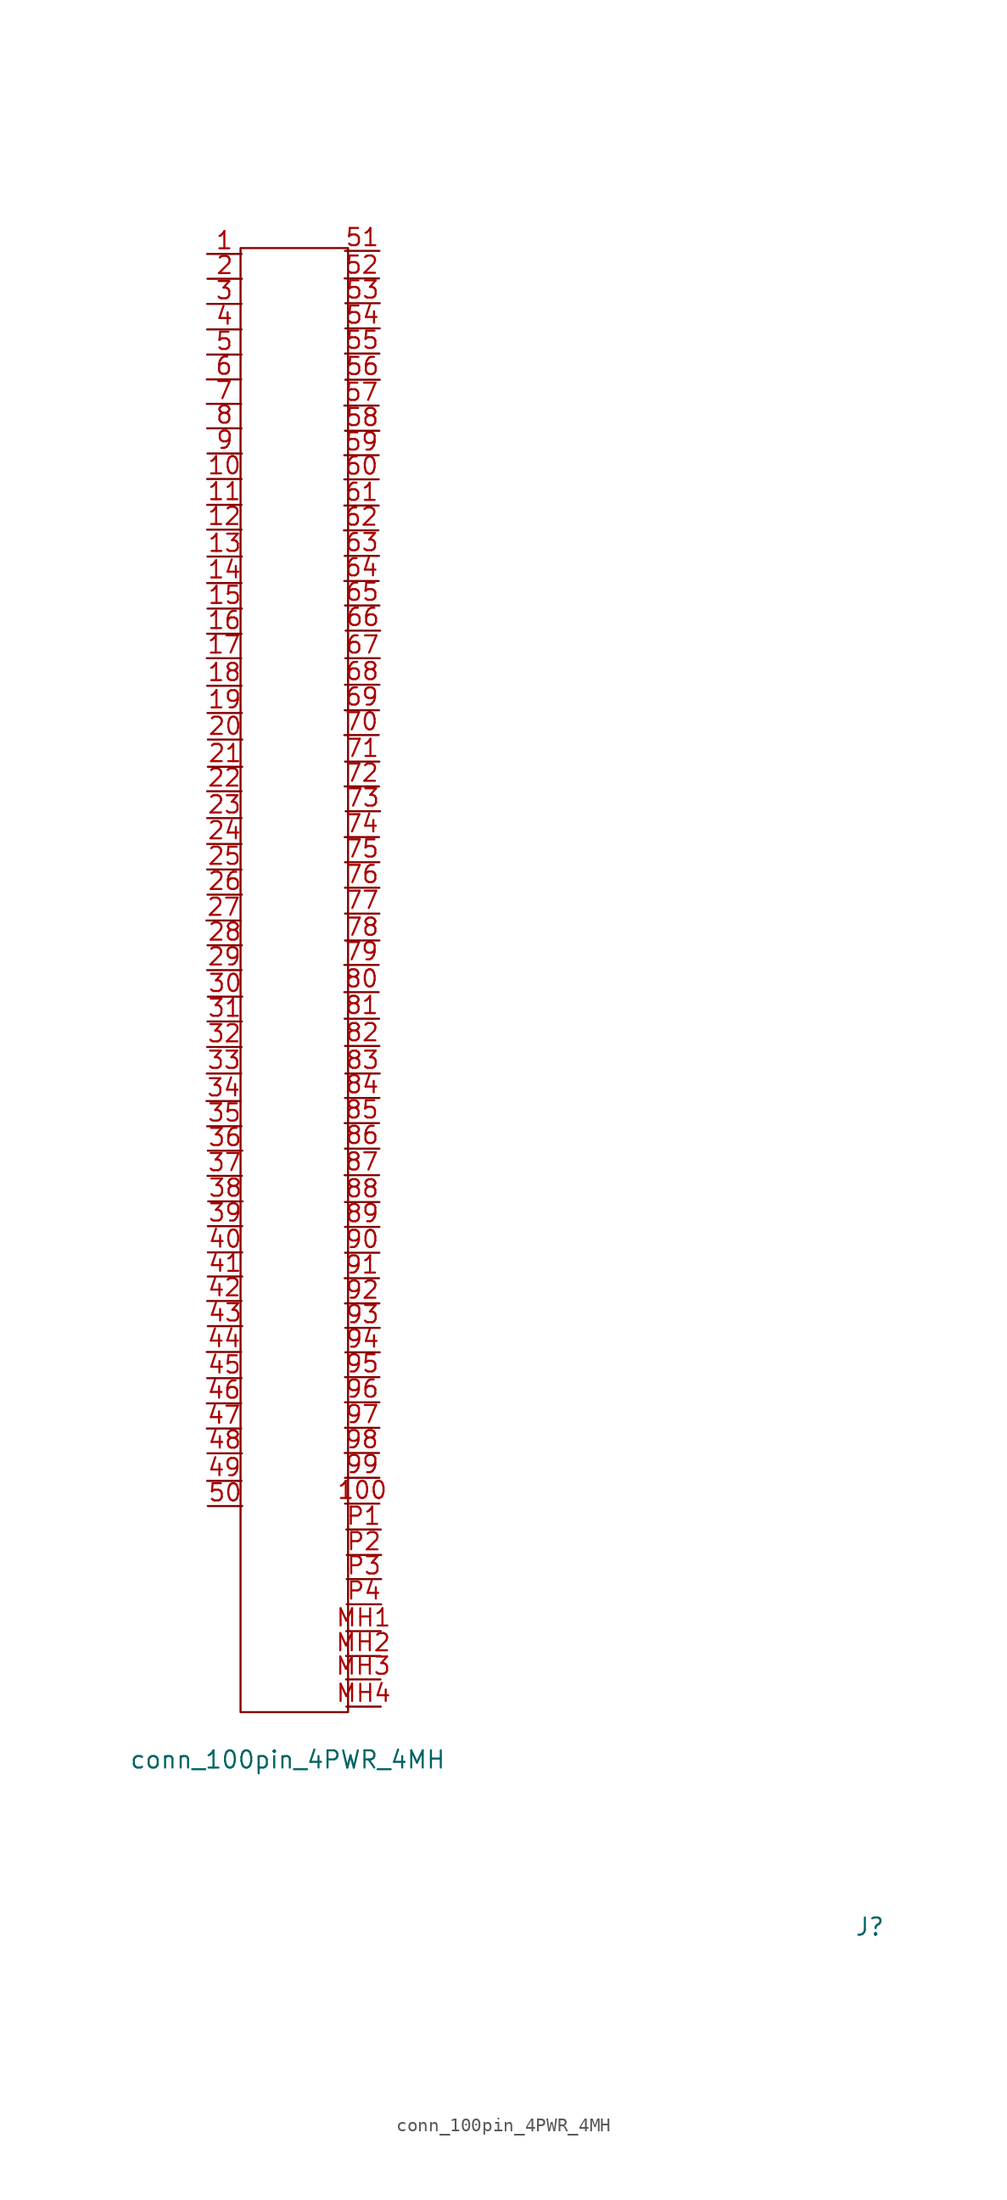
<source format=kicad_sym>
(kicad_symbol_lib
  (version 20211014)
  (generator kicad_symbol_editor)
  (symbol "conn_100pin_4PWR_4MH"
    (property "Reference" "J"
      (at 0 0 0)
      (effects (font (size 1.27 1.27))))
    (property "Value" "conn_100pin_4PWR_4MH"
      (at -42.901 12.319 0)
      (effects (font (size 1.27 1.27))))
    (symbol "conn_100pin_4PWR_4MH_0_1"
      (rectangle (start -46.38 123.723) (end -38.456 15.824) (stroke (width 0) (type default) (color 0 0 0 0)) (fill (type none))))
    (symbol "conn_100pin_4PWR_4MH_1_1"
      (pin passive line (at -48.844 123.292 0) (length 2.54) (name "" (effects (font (size 1.27 1.27)))) (number "1" (effects (font (size 1.27 1.27)))))
      (pin passive line (at -48.844 106.705 0) (length 2.54) (name "" (effects (font (size 1.27 1.27)))) (number "10" (effects (font (size 1.27 1.27)))))
      (pin passive line (at -36.144 31.191 180) (length 2.54) (name "" (effects (font (size 1.27 1.27)))) (number "100" (effects (font (size 1.27 1.27)))))
      (pin passive line (at -48.844 104.8 0) (length 2.54) (name "" (effects (font (size 1.27 1.27)))) (number "11" (effects (font (size 1.27 1.27)))))
      (pin passive line (at -48.844 102.972 0) (length 2.54) (name "" (effects (font (size 1.27 1.27)))) (number "12" (effects (font (size 1.27 1.27)))))
      (pin passive line (at -48.819 100.99 0) (length 2.54) (name "" (effects (font (size 1.27 1.27)))) (number "13" (effects (font (size 1.27 1.27)))))
      (pin passive line (at -48.844 99.035 0) (length 2.54) (name "" (effects (font (size 1.27 1.27)))) (number "14" (effects (font (size 1.27 1.27)))))
      (pin passive line (at -48.819 97.155 0) (length 2.54) (name "" (effects (font (size 1.27 1.27)))) (number "15" (effects (font (size 1.27 1.27)))))
      (pin passive line (at -48.844 95.301 0) (length 2.54) (name "" (effects (font (size 1.27 1.27)))) (number "16" (effects (font (size 1.27 1.27)))))
      (pin passive line (at -48.87 93.497 0) (length 2.54) (name "" (effects (font (size 1.27 1.27)))) (number "17" (effects (font (size 1.27 1.27)))))
      (pin passive line (at -48.844 91.465 0) (length 2.54) (name "" (effects (font (size 1.27 1.27)))) (number "18" (effects (font (size 1.27 1.27)))))
      (pin passive line (at -48.819 89.459 0) (length 2.54) (name "" (effects (font (size 1.27 1.27)))) (number "19" (effects (font (size 1.27 1.27)))))
      (pin passive line (at -48.819 121.463 0) (length 2.54) (name "" (effects (font (size 1.27 1.27)))) (number "2" (effects (font (size 1.27 1.27)))))
      (pin passive line (at -48.793 87.503 0) (length 2.54) (name "" (effects (font (size 1.27 1.27)))) (number "20" (effects (font (size 1.27 1.27)))))
      (pin passive line (at -48.793 85.496 0) (length 2.54) (name "" (effects (font (size 1.27 1.27)))) (number "21" (effects (font (size 1.27 1.27)))))
      (pin passive line (at -48.844 83.693 0) (length 2.54) (name "" (effects (font (size 1.27 1.27)))) (number "22" (effects (font (size 1.27 1.27)))))
      (pin passive line (at -48.844 81.712 0) (length 2.54) (name "" (effects (font (size 1.27 1.27)))) (number "23" (effects (font (size 1.27 1.27)))))
      (pin passive line (at -48.844 79.807 0) (length 2.54) (name "" (effects (font (size 1.27 1.27)))) (number "24" (effects (font (size 1.27 1.27)))))
      (pin passive line (at -48.844 77.927 0) (length 2.54) (name "" (effects (font (size 1.27 1.27)))) (number "25" (effects (font (size 1.27 1.27)))))
      (pin passive line (at -48.819 76.073 0) (length 2.54) (name "" (effects (font (size 1.27 1.27)))) (number "26" (effects (font (size 1.27 1.27)))))
      (pin passive line (at -48.895 74.168 0) (length 2.54) (name "" (effects (font (size 1.27 1.27)))) (number "27" (effects (font (size 1.27 1.27)))))
      (pin passive line (at -48.819 72.339 0) (length 2.54) (name "" (effects (font (size 1.27 1.27)))) (number "28" (effects (font (size 1.27 1.27)))))
      (pin passive line (at -48.844 70.51 0) (length 2.54) (name "" (effects (font (size 1.27 1.27)))) (number "29" (effects (font (size 1.27 1.27)))))
      (pin passive line (at -48.844 119.609 0) (length 2.54) (name "" (effects (font (size 1.27 1.27)))) (number "3" (effects (font (size 1.27 1.27)))))
      (pin passive line (at -48.793 68.555 0) (length 2.54) (name "" (effects (font (size 1.27 1.27)))) (number "30" (effects (font (size 1.27 1.27)))))
      (pin passive line (at -48.819 66.726 0) (length 2.54) (name "" (effects (font (size 1.27 1.27)))) (number "31" (effects (font (size 1.27 1.27)))))
      (pin passive line (at -48.844 64.846 0) (length 2.54) (name "" (effects (font (size 1.27 1.27)))) (number "32" (effects (font (size 1.27 1.27)))))
      (pin passive line (at -48.87 62.89 0) (length 2.54) (name "" (effects (font (size 1.27 1.27)))) (number "33" (effects (font (size 1.27 1.27)))))
      (pin passive line (at -48.895 60.858 0) (length 2.54) (name "" (effects (font (size 1.27 1.27)))) (number "34" (effects (font (size 1.27 1.27)))))
      (pin passive line (at -48.844 59.004 0) (length 2.54) (name "" (effects (font (size 1.27 1.27)))) (number "35" (effects (font (size 1.27 1.27)))))
      (pin passive line (at -48.793 57.201 0) (length 2.54) (name "" (effects (font (size 1.27 1.27)))) (number "36" (effects (font (size 1.27 1.27)))))
      (pin passive line (at -48.819 55.347 0) (length 2.54) (name "" (effects (font (size 1.27 1.27)))) (number "37" (effects (font (size 1.27 1.27)))))
      (pin passive line (at -48.768 53.467 0) (length 2.54) (name "" (effects (font (size 1.27 1.27)))) (number "38" (effects (font (size 1.27 1.27)))))
      (pin passive line (at -48.793 51.638 0) (length 2.54) (name "" (effects (font (size 1.27 1.27)))) (number "39" (effects (font (size 1.27 1.27)))))
      (pin passive line (at -48.844 117.729 0) (length 2.54) (name "" (effects (font (size 1.27 1.27)))) (number "4" (effects (font (size 1.27 1.27)))))
      (pin passive line (at -48.793 49.708 0) (length 2.54) (name "" (effects (font (size 1.27 1.27)))) (number "40" (effects (font (size 1.27 1.27)))))
      (pin passive line (at -48.793 47.93 0) (length 2.54) (name "" (effects (font (size 1.27 1.27)))) (number "41" (effects (font (size 1.27 1.27)))))
      (pin passive line (at -48.844 46.126 0) (length 2.54) (name "" (effects (font (size 1.27 1.27)))) (number "42" (effects (font (size 1.27 1.27)))))
      (pin passive line (at -48.793 44.272 0) (length 2.54) (name "" (effects (font (size 1.27 1.27)))) (number "43" (effects (font (size 1.27 1.27)))))
      (pin passive line (at -48.87 42.367 0) (length 2.54) (name "" (effects (font (size 1.27 1.27)))) (number "44" (effects (font (size 1.27 1.27)))))
      (pin passive line (at -48.844 40.437 0) (length 2.54) (name "" (effects (font (size 1.27 1.27)))) (number "45" (effects (font (size 1.27 1.27)))))
      (pin passive line (at -48.87 38.583 0) (length 2.54) (name "" (effects (font (size 1.27 1.27)))) (number "46" (effects (font (size 1.27 1.27)))))
      (pin passive line (at -48.87 36.728 0) (length 2.54) (name "" (effects (font (size 1.27 1.27)))) (number "47" (effects (font (size 1.27 1.27)))))
      (pin passive line (at -48.819 34.9 0) (length 2.54) (name "" (effects (font (size 1.27 1.27)))) (number "48" (effects (font (size 1.27 1.27)))))
      (pin passive line (at -48.844 32.868 0) (length 2.54) (name "" (effects (font (size 1.27 1.27)))) (number "49" (effects (font (size 1.27 1.27)))))
      (pin passive line (at -48.844 115.875 0) (length 2.54) (name "" (effects (font (size 1.27 1.27)))) (number "5" (effects (font (size 1.27 1.27)))))
      (pin passive line (at -48.793 31.013 0) (length 2.54) (name "" (effects (font (size 1.27 1.27)))) (number "50" (effects (font (size 1.27 1.27)))))
      (pin passive line (at -36.144 123.52 180) (length 2.54) (name "" (effects (font (size 1.27 1.27)))) (number "51" (effects (font (size 1.27 1.27)))))
      (pin passive line (at -36.17 121.488 180) (length 2.54) (name "" (effects (font (size 1.27 1.27)))) (number "52" (effects (font (size 1.27 1.27)))))
      (pin passive line (at -36.119 119.659 180) (length 2.54) (name "" (effects (font (size 1.27 1.27)))) (number "53" (effects (font (size 1.27 1.27)))))
      (pin passive line (at -36.119 117.805 180) (length 2.54) (name "" (effects (font (size 1.27 1.27)))) (number "54" (effects (font (size 1.27 1.27)))))
      (pin passive line (at -36.144 115.951 180) (length 2.54) (name "" (effects (font (size 1.27 1.27)))) (number "55" (effects (font (size 1.27 1.27)))))
      (pin passive line (at -36.119 114.021 180) (length 2.54) (name "" (effects (font (size 1.27 1.27)))) (number "56" (effects (font (size 1.27 1.27)))))
      (pin passive line (at -36.195 112.116 180) (length 2.54) (name "" (effects (font (size 1.27 1.27)))) (number "57" (effects (font (size 1.27 1.27)))))
      (pin passive line (at -36.144 110.261 180) (length 2.54) (name "" (effects (font (size 1.27 1.27)))) (number "58" (effects (font (size 1.27 1.27)))))
      (pin passive line (at -36.195 108.458 180) (length 2.54) (name "" (effects (font (size 1.27 1.27)))) (number "59" (effects (font (size 1.27 1.27)))))
      (pin passive line (at -48.87 114.046 0) (length 2.54) (name "" (effects (font (size 1.27 1.27)))) (number "6" (effects (font (size 1.27 1.27)))))
      (pin passive line (at -36.195 106.68 180) (length 2.54) (name "" (effects (font (size 1.27 1.27)))) (number "60" (effects (font (size 1.27 1.27)))))
      (pin passive line (at -36.195 104.75 180) (length 2.54) (name "" (effects (font (size 1.27 1.27)))) (number "61" (effects (font (size 1.27 1.27)))))
      (pin passive line (at -36.22 102.921 180) (length 2.54) (name "" (effects (font (size 1.27 1.27)))) (number "62" (effects (font (size 1.27 1.27)))))
      (pin passive line (at -36.17 101.041 180) (length 2.54) (name "" (effects (font (size 1.27 1.27)))) (number "63" (effects (font (size 1.27 1.27)))))
      (pin passive line (at -36.195 99.187 180) (length 2.54) (name "" (effects (font (size 1.27 1.27)))) (number "64" (effects (font (size 1.27 1.27)))))
      (pin passive line (at -36.144 97.384 180) (length 2.54) (name "" (effects (font (size 1.27 1.27)))) (number "65" (effects (font (size 1.27 1.27)))))
      (pin passive line (at -36.093 95.529 180) (length 2.54) (name "" (effects (font (size 1.27 1.27)))) (number "66" (effects (font (size 1.27 1.27)))))
      (pin passive line (at -36.119 93.497 180) (length 2.54) (name "" (effects (font (size 1.27 1.27)))) (number "67" (effects (font (size 1.27 1.27)))))
      (pin passive line (at -36.144 91.542 180) (length 2.54) (name "" (effects (font (size 1.27 1.27)))) (number "68" (effects (font (size 1.27 1.27)))))
      (pin passive line (at -36.17 89.662 180) (length 2.54) (name "" (effects (font (size 1.27 1.27)))) (number "69" (effects (font (size 1.27 1.27)))))
      (pin passive line (at -48.87 112.243 0) (length 2.54) (name "" (effects (font (size 1.27 1.27)))) (number "7" (effects (font (size 1.27 1.27)))))
      (pin passive line (at -36.195 87.833 180) (length 2.54) (name "" (effects (font (size 1.27 1.27)))) (number "70" (effects (font (size 1.27 1.27)))))
      (pin passive line (at -36.144 85.877 180) (length 2.54) (name "" (effects (font (size 1.27 1.27)))) (number "71" (effects (font (size 1.27 1.27)))))
      (pin passive line (at -36.17 84.049 180) (length 2.54) (name "" (effects (font (size 1.27 1.27)))) (number "72" (effects (font (size 1.27 1.27)))))
      (pin passive line (at -36.093 82.22 180) (length 2.54) (name "" (effects (font (size 1.27 1.27)))) (number "73" (effects (font (size 1.27 1.27)))))
      (pin passive line (at -36.17 80.315 180) (length 2.54) (name "" (effects (font (size 1.27 1.27)))) (number "74" (effects (font (size 1.27 1.27)))))
      (pin passive line (at -36.144 78.461 180) (length 2.54) (name "" (effects (font (size 1.27 1.27)))) (number "75" (effects (font (size 1.27 1.27)))))
      (pin passive line (at -36.144 76.581 180) (length 2.54) (name "" (effects (font (size 1.27 1.27)))) (number "76" (effects (font (size 1.27 1.27)))))
      (pin passive line (at -36.144 74.676 180) (length 2.54) (name "" (effects (font (size 1.27 1.27)))) (number "77" (effects (font (size 1.27 1.27)))))
      (pin passive line (at -36.144 72.695 180) (length 2.54) (name "" (effects (font (size 1.27 1.27)))) (number "78" (effects (font (size 1.27 1.27)))))
      (pin passive line (at -36.195 70.891 180) (length 2.54) (name "" (effects (font (size 1.27 1.27)))) (number "79" (effects (font (size 1.27 1.27)))))
      (pin passive line (at -48.844 110.439 0) (length 2.54) (name "" (effects (font (size 1.27 1.27)))) (number "8" (effects (font (size 1.27 1.27)))))
      (pin passive line (at -36.195 68.885 180) (length 2.54) (name "" (effects (font (size 1.27 1.27)))) (number "80" (effects (font (size 1.27 1.27)))))
      (pin passive line (at -36.17 66.929 180) (length 2.54) (name "" (effects (font (size 1.27 1.27)))) (number "81" (effects (font (size 1.27 1.27)))))
      (pin passive line (at -36.144 64.922 180) (length 2.54) (name "" (effects (font (size 1.27 1.27)))) (number "82" (effects (font (size 1.27 1.27)))))
      (pin passive line (at -36.119 62.89 180) (length 2.54) (name "" (effects (font (size 1.27 1.27)))) (number "83" (effects (font (size 1.27 1.27)))))
      (pin passive line (at -36.144 61.087 180) (length 2.54) (name "" (effects (font (size 1.27 1.27)))) (number "84" (effects (font (size 1.27 1.27)))))
      (pin passive line (at -36.17 59.233 180) (length 2.54) (name "" (effects (font (size 1.27 1.27)))) (number "85" (effects (font (size 1.27 1.27)))))
      (pin passive line (at -36.144 57.353 180) (length 2.54) (name "" (effects (font (size 1.27 1.27)))) (number "86" (effects (font (size 1.27 1.27)))))
      (pin passive line (at -36.17 55.397 180) (length 2.54) (name "" (effects (font (size 1.27 1.27)))) (number "87" (effects (font (size 1.27 1.27)))))
      (pin passive line (at -36.144 53.416 180) (length 2.54) (name "" (effects (font (size 1.27 1.27)))) (number "88" (effects (font (size 1.27 1.27)))))
      (pin passive line (at -36.144 51.587 180) (length 2.54) (name "" (effects (font (size 1.27 1.27)))) (number "89" (effects (font (size 1.27 1.27)))))
      (pin passive line (at -48.819 108.585 0) (length 2.54) (name "" (effects (font (size 1.27 1.27)))) (number "9" (effects (font (size 1.27 1.27)))))
      (pin passive line (at -36.144 49.682 180) (length 2.54) (name "" (effects (font (size 1.27 1.27)))) (number "90" (effects (font (size 1.27 1.27)))))
      (pin passive line (at -36.17 47.803 180) (length 2.54) (name "" (effects (font (size 1.27 1.27)))) (number "91" (effects (font (size 1.27 1.27)))))
      (pin passive line (at -36.144 45.949 180) (length 2.54) (name "" (effects (font (size 1.27 1.27)))) (number "92" (effects (font (size 1.27 1.27)))))
      (pin passive line (at -36.119 44.145 180) (length 2.54) (name "" (effects (font (size 1.27 1.27)))) (number "93" (effects (font (size 1.27 1.27)))))
      (pin passive line (at -36.119 42.342 180) (length 2.54) (name "" (effects (font (size 1.27 1.27)))) (number "94" (effects (font (size 1.27 1.27)))))
      (pin passive line (at -36.144 40.513 180) (length 2.54) (name "" (effects (font (size 1.27 1.27)))) (number "95" (effects (font (size 1.27 1.27)))))
      (pin passive line (at -36.144 38.659 180) (length 2.54) (name "" (effects (font (size 1.27 1.27)))) (number "96" (effects (font (size 1.27 1.27)))))
      (pin passive line (at -36.144 36.779 180) (length 2.54) (name "" (effects (font (size 1.27 1.27)))) (number "97" (effects (font (size 1.27 1.27)))))
      (pin passive line (at -36.17 34.925 180) (length 2.54) (name "" (effects (font (size 1.27 1.27)))) (number "98" (effects (font (size 1.27 1.27)))))
      (pin passive line (at -36.144 33.096 180) (length 2.54) (name "" (effects (font (size 1.27 1.27)))) (number "99" (effects (font (size 1.27 1.27)))))
      (pin passive line (at -36.043 21.793 180) (length 2.54) (name "" (effects (font (size 1.27 1.27)))) (number "MH1" (effects (font (size 1.27 1.27)))))
      (pin passive line (at -36.068 19.964 180) (length 2.54) (name "" (effects (font (size 1.27 1.27)))) (number "MH2" (effects (font (size 1.27 1.27)))))
      (pin passive line (at -36.068 18.237 180) (length 2.54) (name "" (effects (font (size 1.27 1.27)))) (number "MH3" (effects (font (size 1.27 1.27)))))
      (pin passive line (at -36.043 16.231 180) (length 2.54) (name "" (effects (font (size 1.27 1.27)))) (number "MH4" (effects (font (size 1.27 1.27)))))
      (pin passive line (at -36.043 29.286 180) (length 2.54) (name "" (effects (font (size 1.27 1.27)))) (number "P1" (effects (font (size 1.27 1.27)))))
      (pin passive line (at -36.017 27.407 180) (length 2.54) (name "" (effects (font (size 1.27 1.27)))) (number "P2" (effects (font (size 1.27 1.27)))))
      (pin passive line (at -36.017 25.629 180) (length 2.54) (name "" (effects (font (size 1.27 1.27)))) (number "P3" (effects (font (size 1.27 1.27)))))
      (pin passive line (at -36.017 23.774 180) (length 2.54) (name "" (effects (font (size 1.27 1.27)))) (number "P4" (effects (font (size 1.27 1.27))))))))
</source>
